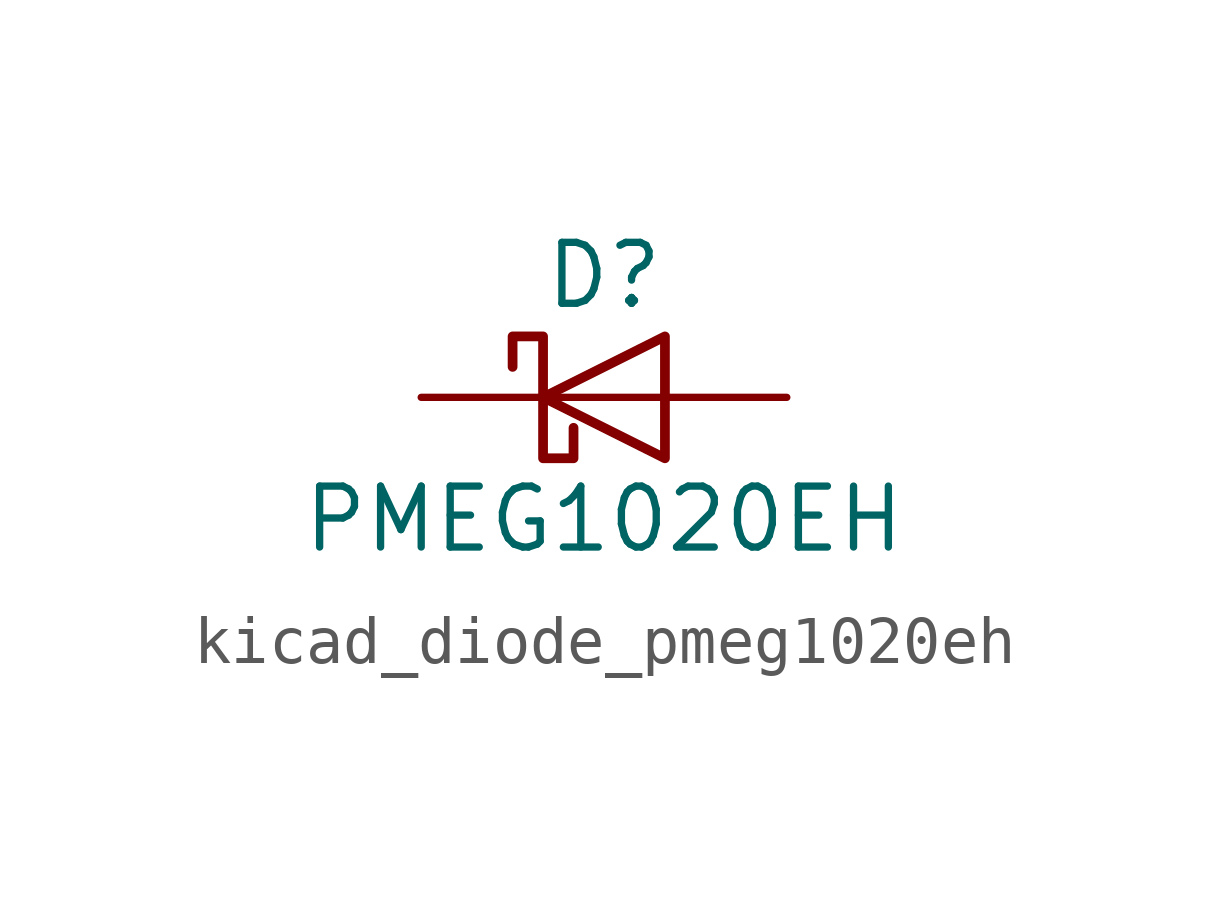
<source format=kicad_sym>
(kicad_symbol_lib
  (version 20220914)
  (generator kicad_symbol_editor)
  (symbol "kicad_diode_pmeg1020eh"
    (pin_numbers hide)
    (pin_names hide)
    (property "Reference" "D"
      (at 0 2.54 0)
      (effects (font (size 1.27 1.27))))
    (property "Value" "PMEG1020EH"
      (at 0 -2.54 0)
      (effects (font (size 1.27 1.27))))
    (symbol "kicad_diode_pmeg1020eh_0_1"
      (polyline (pts (xy 1.27 0) (xy -1.27 0)) (stroke (width 0) (type default)) (fill (type none)))
      (polyline (pts (xy 1.27 1.27) (xy 1.27 -1.27) (xy -1.27 0) (xy 1.27 1.27)) (stroke (width 0.203) (type default)) (fill (type none)))
      (polyline (pts (xy -1.905 0.635) (xy -1.905 1.27) (xy -1.27 1.27) (xy -1.27 -1.27) (xy -0.635 -1.27) (xy -0.635 -0.635)) (stroke (width 0.203) (type default)) (fill (type none))))
    (symbol "kicad_diode_pmeg1020eh_1_1"
      (pin passive line (at -3.81 0 0) (length 2.54) (name "K" (effects (font (size 1.27 1.27)))) (number "1" (effects (font (size 1.27 1.27)))))
      (pin passive line (at 3.81 0 180) (length 2.54) (name "A" (effects (font (size 1.27 1.27)))) (number "2" (effects (font (size 1.27 1.27))))))))
</source>
